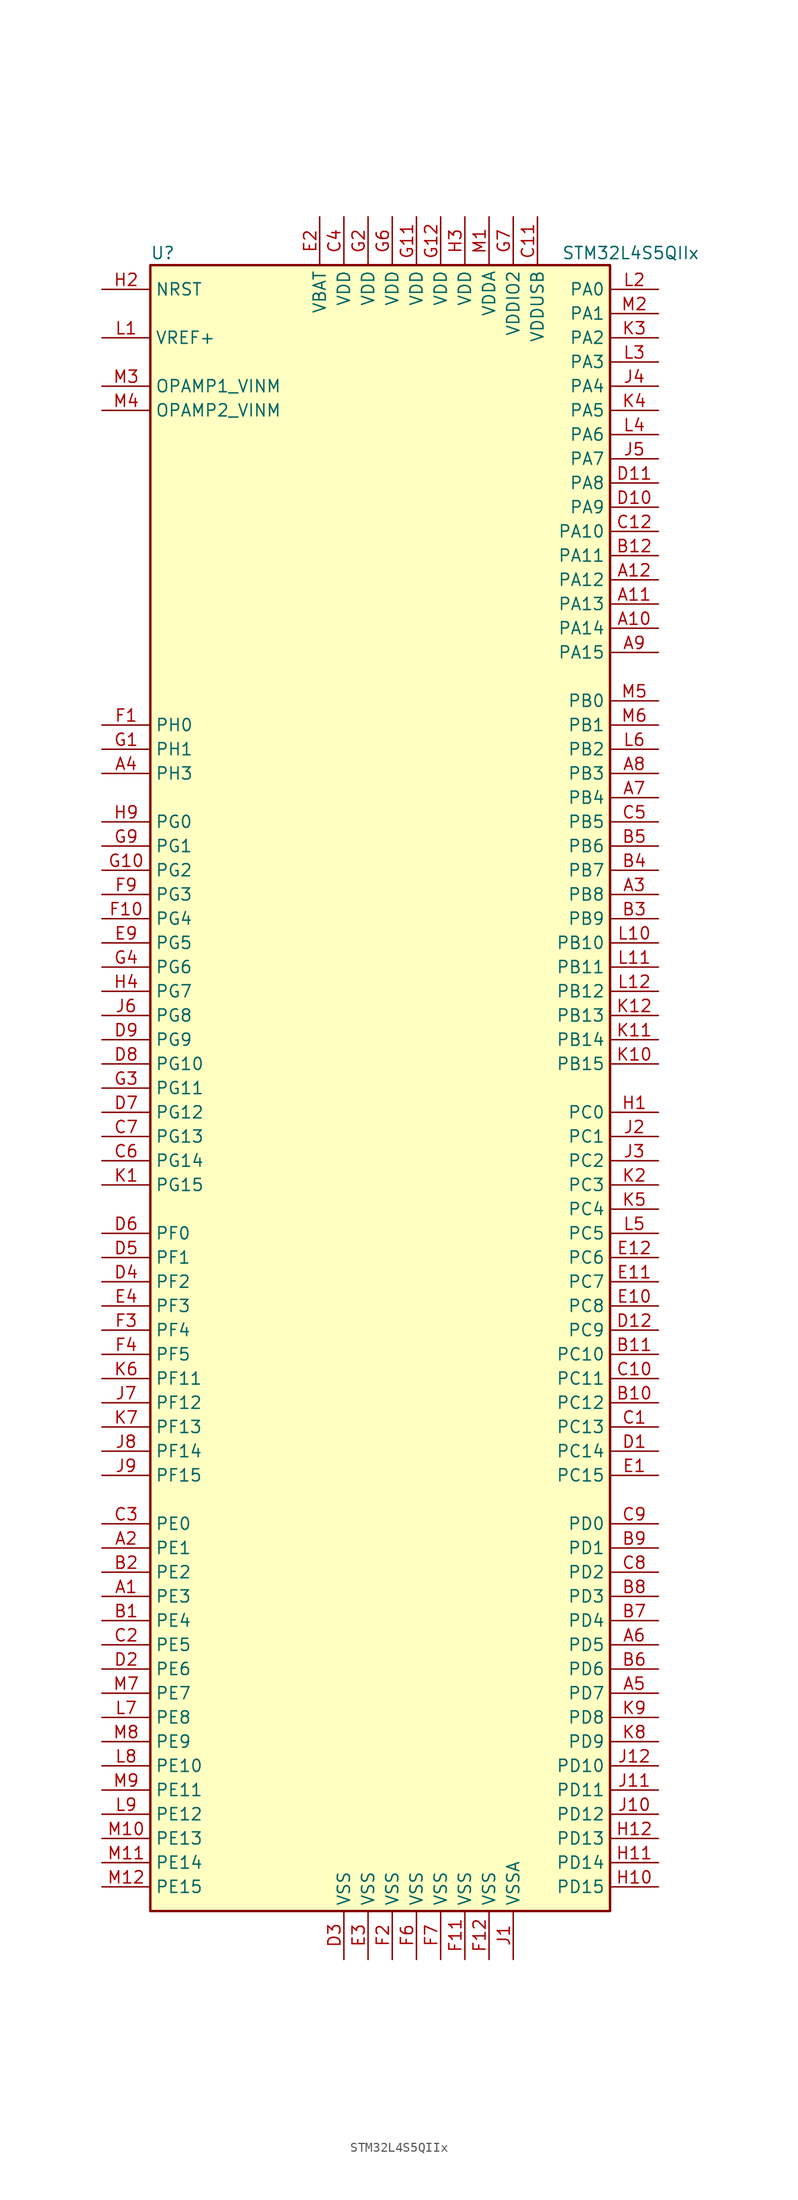
<source format=kicad_sym>
(kicad_symbol_lib
  (version 20201005)
  (generator kicad_symbol_editor)
  (symbol "MCU_ST_STM32L4+:STM32L4S5QIIx"
    (property "Reference" "U"
      (at -25.4 87.63 0)
      (effects (font (size 1.27 1.27)) (justify left)))
    (property "Value" "STM32L4S5QIIx"
      (at 17.78 87.63 0)
      (effects (font (size 1.27 1.27)) (justify left)))
    (symbol "STM32L4S5QIIx_0_1"
      (rectangle (start -25.4 -86.36) (end 22.86 86.36) (stroke (width 0.254)) (fill (type background))))
    (symbol "STM32L4S5QIIx_1_1"
      (pin input line (at -30.48 83.82 0) (length 5.08) (name "NRST" (effects (font (size 1.27 1.27)))) (number "H2" (effects (font (size 1.27 1.27)))))
      (pin bidirectional line (at -30.48 73.66 0) (length 5.08) (name "OPAMP1_VINM" (effects (font (size 1.27 1.27)))) (number "M3" (effects (font (size 1.27 1.27)))))
      (pin bidirectional line (at -30.48 71.12 0) (length 5.08) (name "OPAMP2_VINM" (effects (font (size 1.27 1.27)))) (number "M4" (effects (font (size 1.27 1.27)))))
      (pin bidirectional line (at 27.94 83.82 180) (length 5.08) (name "PA0" (effects (font (size 1.27 1.27)))) (number "L2" (effects (font (size 1.27 1.27)))))
      (pin bidirectional line (at 27.94 81.28 180) (length 5.08) (name "PA1" (effects (font (size 1.27 1.27)))) (number "M2" (effects (font (size 1.27 1.27)))))
      (pin bidirectional line (at 27.94 58.42 180) (length 5.08) (name "PA10" (effects (font (size 1.27 1.27)))) (number "C12" (effects (font (size 1.27 1.27)))))
      (pin bidirectional line (at 27.94 55.88 180) (length 5.08) (name "PA11" (effects (font (size 1.27 1.27)))) (number "B12" (effects (font (size 1.27 1.27)))))
      (pin bidirectional line (at 27.94 53.34 180) (length 5.08) (name "PA12" (effects (font (size 1.27 1.27)))) (number "A12" (effects (font (size 1.27 1.27)))))
      (pin bidirectional line (at 27.94 50.8 180) (length 5.08) (name "PA13" (effects (font (size 1.27 1.27)))) (number "A11" (effects (font (size 1.27 1.27)))))
      (pin bidirectional line (at 27.94 48.26 180) (length 5.08) (name "PA14" (effects (font (size 1.27 1.27)))) (number "A10" (effects (font (size 1.27 1.27)))))
      (pin bidirectional line (at 27.94 45.72 180) (length 5.08) (name "PA15" (effects (font (size 1.27 1.27)))) (number "A9" (effects (font (size 1.27 1.27)))))
      (pin bidirectional line (at 27.94 78.74 180) (length 5.08) (name "PA2" (effects (font (size 1.27 1.27)))) (number "K3" (effects (font (size 1.27 1.27)))))
      (pin bidirectional line (at 27.94 76.2 180) (length 5.08) (name "PA3" (effects (font (size 1.27 1.27)))) (number "L3" (effects (font (size 1.27 1.27)))))
      (pin bidirectional line (at 27.94 73.66 180) (length 5.08) (name "PA4" (effects (font (size 1.27 1.27)))) (number "J4" (effects (font (size 1.27 1.27)))))
      (pin bidirectional line (at 27.94 71.12 180) (length 5.08) (name "PA5" (effects (font (size 1.27 1.27)))) (number "K4" (effects (font (size 1.27 1.27)))))
      (pin bidirectional line (at 27.94 68.58 180) (length 5.08) (name "PA6" (effects (font (size 1.27 1.27)))) (number "L4" (effects (font (size 1.27 1.27)))))
      (pin bidirectional line (at 27.94 66.04 180) (length 5.08) (name "PA7" (effects (font (size 1.27 1.27)))) (number "J5" (effects (font (size 1.27 1.27)))))
      (pin bidirectional line (at 27.94 63.5 180) (length 5.08) (name "PA8" (effects (font (size 1.27 1.27)))) (number "D11" (effects (font (size 1.27 1.27)))))
      (pin bidirectional line (at 27.94 60.96 180) (length 5.08) (name "PA9" (effects (font (size 1.27 1.27)))) (number "D10" (effects (font (size 1.27 1.27)))))
      (pin bidirectional line (at 27.94 40.64 180) (length 5.08) (name "PB0" (effects (font (size 1.27 1.27)))) (number "M5" (effects (font (size 1.27 1.27)))))
      (pin bidirectional line (at 27.94 38.1 180) (length 5.08) (name "PB1" (effects (font (size 1.27 1.27)))) (number "M6" (effects (font (size 1.27 1.27)))))
      (pin bidirectional line (at 27.94 15.24 180) (length 5.08) (name "PB10" (effects (font (size 1.27 1.27)))) (number "L10" (effects (font (size 1.27 1.27)))))
      (pin bidirectional line (at 27.94 12.7 180) (length 5.08) (name "PB11" (effects (font (size 1.27 1.27)))) (number "L11" (effects (font (size 1.27 1.27)))))
      (pin bidirectional line (at 27.94 10.16 180) (length 5.08) (name "PB12" (effects (font (size 1.27 1.27)))) (number "L12" (effects (font (size 1.27 1.27)))))
      (pin bidirectional line (at 27.94 7.62 180) (length 5.08) (name "PB13" (effects (font (size 1.27 1.27)))) (number "K12" (effects (font (size 1.27 1.27)))))
      (pin bidirectional line (at 27.94 5.08 180) (length 5.08) (name "PB14" (effects (font (size 1.27 1.27)))) (number "K11" (effects (font (size 1.27 1.27)))))
      (pin bidirectional line (at 27.94 2.54 180) (length 5.08) (name "PB15" (effects (font (size 1.27 1.27)))) (number "K10" (effects (font (size 1.27 1.27)))))
      (pin bidirectional line (at 27.94 35.56 180) (length 5.08) (name "PB2" (effects (font (size 1.27 1.27)))) (number "L6" (effects (font (size 1.27 1.27)))))
      (pin bidirectional line (at 27.94 33.02 180) (length 5.08) (name "PB3" (effects (font (size 1.27 1.27)))) (number "A8" (effects (font (size 1.27 1.27)))))
      (pin bidirectional line (at 27.94 30.48 180) (length 5.08) (name "PB4" (effects (font (size 1.27 1.27)))) (number "A7" (effects (font (size 1.27 1.27)))))
      (pin bidirectional line (at 27.94 27.94 180) (length 5.08) (name "PB5" (effects (font (size 1.27 1.27)))) (number "C5" (effects (font (size 1.27 1.27)))))
      (pin bidirectional line (at 27.94 25.4 180) (length 5.08) (name "PB6" (effects (font (size 1.27 1.27)))) (number "B5" (effects (font (size 1.27 1.27)))))
      (pin bidirectional line (at 27.94 22.86 180) (length 5.08) (name "PB7" (effects (font (size 1.27 1.27)))) (number "B4" (effects (font (size 1.27 1.27)))))
      (pin bidirectional line (at 27.94 20.32 180) (length 5.08) (name "PB8" (effects (font (size 1.27 1.27)))) (number "A3" (effects (font (size 1.27 1.27)))))
      (pin bidirectional line (at 27.94 17.78 180) (length 5.08) (name "PB9" (effects (font (size 1.27 1.27)))) (number "B3" (effects (font (size 1.27 1.27)))))
      (pin bidirectional line (at 27.94 -2.54 180) (length 5.08) (name "PC0" (effects (font (size 1.27 1.27)))) (number "H1" (effects (font (size 1.27 1.27)))))
      (pin bidirectional line (at 27.94 -5.08 180) (length 5.08) (name "PC1" (effects (font (size 1.27 1.27)))) (number "J2" (effects (font (size 1.27 1.27)))))
      (pin bidirectional line (at 27.94 -27.94 180) (length 5.08) (name "PC10" (effects (font (size 1.27 1.27)))) (number "B11" (effects (font (size 1.27 1.27)))))
      (pin bidirectional line (at 27.94 -30.48 180) (length 5.08) (name "PC11" (effects (font (size 1.27 1.27)))) (number "C10" (effects (font (size 1.27 1.27)))))
      (pin bidirectional line (at 27.94 -33.02 180) (length 5.08) (name "PC12" (effects (font (size 1.27 1.27)))) (number "B10" (effects (font (size 1.27 1.27)))))
      (pin bidirectional line (at 27.94 -35.56 180) (length 5.08) (name "PC13" (effects (font (size 1.27 1.27)))) (number "C1" (effects (font (size 1.27 1.27)))))
      (pin bidirectional line (at 27.94 -38.1 180) (length 5.08) (name "PC14" (effects (font (size 1.27 1.27)))) (number "D1" (effects (font (size 1.27 1.27)))))
      (pin bidirectional line (at 27.94 -40.64 180) (length 5.08) (name "PC15" (effects (font (size 1.27 1.27)))) (number "E1" (effects (font (size 1.27 1.27)))))
      (pin bidirectional line (at 27.94 -7.62 180) (length 5.08) (name "PC2" (effects (font (size 1.27 1.27)))) (number "J3" (effects (font (size 1.27 1.27)))))
      (pin bidirectional line (at 27.94 -10.16 180) (length 5.08) (name "PC3" (effects (font (size 1.27 1.27)))) (number "K2" (effects (font (size 1.27 1.27)))))
      (pin bidirectional line (at 27.94 -12.7 180) (length 5.08) (name "PC4" (effects (font (size 1.27 1.27)))) (number "K5" (effects (font (size 1.27 1.27)))))
      (pin bidirectional line (at 27.94 -15.24 180) (length 5.08) (name "PC5" (effects (font (size 1.27 1.27)))) (number "L5" (effects (font (size 1.27 1.27)))))
      (pin bidirectional line (at 27.94 -17.78 180) (length 5.08) (name "PC6" (effects (font (size 1.27 1.27)))) (number "E12" (effects (font (size 1.27 1.27)))))
      (pin bidirectional line (at 27.94 -20.32 180) (length 5.08) (name "PC7" (effects (font (size 1.27 1.27)))) (number "E11" (effects (font (size 1.27 1.27)))))
      (pin bidirectional line (at 27.94 -22.86 180) (length 5.08) (name "PC8" (effects (font (size 1.27 1.27)))) (number "E10" (effects (font (size 1.27 1.27)))))
      (pin bidirectional line (at 27.94 -25.4 180) (length 5.08) (name "PC9" (effects (font (size 1.27 1.27)))) (number "D12" (effects (font (size 1.27 1.27)))))
      (pin bidirectional line (at 27.94 -45.72 180) (length 5.08) (name "PD0" (effects (font (size 1.27 1.27)))) (number "C9" (effects (font (size 1.27 1.27)))))
      (pin bidirectional line (at 27.94 -48.26 180) (length 5.08) (name "PD1" (effects (font (size 1.27 1.27)))) (number "B9" (effects (font (size 1.27 1.27)))))
      (pin bidirectional line (at 27.94 -71.12 180) (length 5.08) (name "PD10" (effects (font (size 1.27 1.27)))) (number "J12" (effects (font (size 1.27 1.27)))))
      (pin bidirectional line (at 27.94 -73.66 180) (length 5.08) (name "PD11" (effects (font (size 1.27 1.27)))) (number "J11" (effects (font (size 1.27 1.27)))))
      (pin bidirectional line (at 27.94 -76.2 180) (length 5.08) (name "PD12" (effects (font (size 1.27 1.27)))) (number "J10" (effects (font (size 1.27 1.27)))))
      (pin bidirectional line (at 27.94 -78.74 180) (length 5.08) (name "PD13" (effects (font (size 1.27 1.27)))) (number "H12" (effects (font (size 1.27 1.27)))))
      (pin bidirectional line (at 27.94 -81.28 180) (length 5.08) (name "PD14" (effects (font (size 1.27 1.27)))) (number "H11" (effects (font (size 1.27 1.27)))))
      (pin bidirectional line (at 27.94 -83.82 180) (length 5.08) (name "PD15" (effects (font (size 1.27 1.27)))) (number "H10" (effects (font (size 1.27 1.27)))))
      (pin bidirectional line (at 27.94 -50.8 180) (length 5.08) (name "PD2" (effects (font (size 1.27 1.27)))) (number "C8" (effects (font (size 1.27 1.27)))))
      (pin bidirectional line (at 27.94 -53.34 180) (length 5.08) (name "PD3" (effects (font (size 1.27 1.27)))) (number "B8" (effects (font (size 1.27 1.27)))))
      (pin bidirectional line (at 27.94 -55.88 180) (length 5.08) (name "PD4" (effects (font (size 1.27 1.27)))) (number "B7" (effects (font (size 1.27 1.27)))))
      (pin bidirectional line (at 27.94 -58.42 180) (length 5.08) (name "PD5" (effects (font (size 1.27 1.27)))) (number "A6" (effects (font (size 1.27 1.27)))))
      (pin bidirectional line (at 27.94 -60.96 180) (length 5.08) (name "PD6" (effects (font (size 1.27 1.27)))) (number "B6" (effects (font (size 1.27 1.27)))))
      (pin bidirectional line (at 27.94 -63.5 180) (length 5.08) (name "PD7" (effects (font (size 1.27 1.27)))) (number "A5" (effects (font (size 1.27 1.27)))))
      (pin bidirectional line (at 27.94 -66.04 180) (length 5.08) (name "PD8" (effects (font (size 1.27 1.27)))) (number "K9" (effects (font (size 1.27 1.27)))))
      (pin bidirectional line (at 27.94 -68.58 180) (length 5.08) (name "PD9" (effects (font (size 1.27 1.27)))) (number "K8" (effects (font (size 1.27 1.27)))))
      (pin bidirectional line (at -30.48 -45.72 0) (length 5.08) (name "PE0" (effects (font (size 1.27 1.27)))) (number "C3" (effects (font (size 1.27 1.27)))))
      (pin bidirectional line (at -30.48 -48.26 0) (length 5.08) (name "PE1" (effects (font (size 1.27 1.27)))) (number "A2" (effects (font (size 1.27 1.27)))))
      (pin bidirectional line (at -30.48 -71.12 0) (length 5.08) (name "PE10" (effects (font (size 1.27 1.27)))) (number "L8" (effects (font (size 1.27 1.27)))))
      (pin bidirectional line (at -30.48 -73.66 0) (length 5.08) (name "PE11" (effects (font (size 1.27 1.27)))) (number "M9" (effects (font (size 1.27 1.27)))))
      (pin bidirectional line (at -30.48 -76.2 0) (length 5.08) (name "PE12" (effects (font (size 1.27 1.27)))) (number "L9" (effects (font (size 1.27 1.27)))))
      (pin bidirectional line (at -30.48 -78.74 0) (length 5.08) (name "PE13" (effects (font (size 1.27 1.27)))) (number "M10" (effects (font (size 1.27 1.27)))))
      (pin bidirectional line (at -30.48 -81.28 0) (length 5.08) (name "PE14" (effects (font (size 1.27 1.27)))) (number "M11" (effects (font (size 1.27 1.27)))))
      (pin bidirectional line (at -30.48 -83.82 0) (length 5.08) (name "PE15" (effects (font (size 1.27 1.27)))) (number "M12" (effects (font (size 1.27 1.27)))))
      (pin bidirectional line (at -30.48 -50.8 0) (length 5.08) (name "PE2" (effects (font (size 1.27 1.27)))) (number "B2" (effects (font (size 1.27 1.27)))))
      (pin bidirectional line (at -30.48 -53.34 0) (length 5.08) (name "PE3" (effects (font (size 1.27 1.27)))) (number "A1" (effects (font (size 1.27 1.27)))))
      (pin bidirectional line (at -30.48 -55.88 0) (length 5.08) (name "PE4" (effects (font (size 1.27 1.27)))) (number "B1" (effects (font (size 1.27 1.27)))))
      (pin bidirectional line (at -30.48 -58.42 0) (length 5.08) (name "PE5" (effects (font (size 1.27 1.27)))) (number "C2" (effects (font (size 1.27 1.27)))))
      (pin bidirectional line (at -30.48 -60.96 0) (length 5.08) (name "PE6" (effects (font (size 1.27 1.27)))) (number "D2" (effects (font (size 1.27 1.27)))))
      (pin bidirectional line (at -30.48 -63.5 0) (length 5.08) (name "PE7" (effects (font (size 1.27 1.27)))) (number "M7" (effects (font (size 1.27 1.27)))))
      (pin bidirectional line (at -30.48 -66.04 0) (length 5.08) (name "PE8" (effects (font (size 1.27 1.27)))) (number "L7" (effects (font (size 1.27 1.27)))))
      (pin bidirectional line (at -30.48 -68.58 0) (length 5.08) (name "PE9" (effects (font (size 1.27 1.27)))) (number "M8" (effects (font (size 1.27 1.27)))))
      (pin bidirectional line (at -30.48 -15.24 0) (length 5.08) (name "PF0" (effects (font (size 1.27 1.27)))) (number "D6" (effects (font (size 1.27 1.27)))))
      (pin bidirectional line (at -30.48 -17.78 0) (length 5.08) (name "PF1" (effects (font (size 1.27 1.27)))) (number "D5" (effects (font (size 1.27 1.27)))))
      (pin bidirectional line (at -30.48 -30.48 0) (length 5.08) (name "PF11" (effects (font (size 1.27 1.27)))) (number "K6" (effects (font (size 1.27 1.27)))))
      (pin bidirectional line (at -30.48 -33.02 0) (length 5.08) (name "PF12" (effects (font (size 1.27 1.27)))) (number "J7" (effects (font (size 1.27 1.27)))))
      (pin bidirectional line (at -30.48 -35.56 0) (length 5.08) (name "PF13" (effects (font (size 1.27 1.27)))) (number "K7" (effects (font (size 1.27 1.27)))))
      (pin bidirectional line (at -30.48 -38.1 0) (length 5.08) (name "PF14" (effects (font (size 1.27 1.27)))) (number "J8" (effects (font (size 1.27 1.27)))))
      (pin bidirectional line (at -30.48 -40.64 0) (length 5.08) (name "PF15" (effects (font (size 1.27 1.27)))) (number "J9" (effects (font (size 1.27 1.27)))))
      (pin bidirectional line (at -30.48 -20.32 0) (length 5.08) (name "PF2" (effects (font (size 1.27 1.27)))) (number "D4" (effects (font (size 1.27 1.27)))))
      (pin bidirectional line (at -30.48 -22.86 0) (length 5.08) (name "PF3" (effects (font (size 1.27 1.27)))) (number "E4" (effects (font (size 1.27 1.27)))))
      (pin bidirectional line (at -30.48 -25.4 0) (length 5.08) (name "PF4" (effects (font (size 1.27 1.27)))) (number "F3" (effects (font (size 1.27 1.27)))))
      (pin bidirectional line (at -30.48 -27.94 0) (length 5.08) (name "PF5" (effects (font (size 1.27 1.27)))) (number "F4" (effects (font (size 1.27 1.27)))))
      (pin bidirectional line (at -30.48 27.94 0) (length 5.08) (name "PG0" (effects (font (size 1.27 1.27)))) (number "H9" (effects (font (size 1.27 1.27)))))
      (pin bidirectional line (at -30.48 25.4 0) (length 5.08) (name "PG1" (effects (font (size 1.27 1.27)))) (number "G9" (effects (font (size 1.27 1.27)))))
      (pin bidirectional line (at -30.48 2.54 0) (length 5.08) (name "PG10" (effects (font (size 1.27 1.27)))) (number "D8" (effects (font (size 1.27 1.27)))))
      (pin bidirectional line (at -30.48 0 0) (length 5.08) (name "PG11" (effects (font (size 1.27 1.27)))) (number "G3" (effects (font (size 1.27 1.27)))))
      (pin bidirectional line (at -30.48 -2.54 0) (length 5.08) (name "PG12" (effects (font (size 1.27 1.27)))) (number "D7" (effects (font (size 1.27 1.27)))))
      (pin bidirectional line (at -30.48 -5.08 0) (length 5.08) (name "PG13" (effects (font (size 1.27 1.27)))) (number "C7" (effects (font (size 1.27 1.27)))))
      (pin bidirectional line (at -30.48 -7.62 0) (length 5.08) (name "PG14" (effects (font (size 1.27 1.27)))) (number "C6" (effects (font (size 1.27 1.27)))))
      (pin bidirectional line (at -30.48 -10.16 0) (length 5.08) (name "PG15" (effects (font (size 1.27 1.27)))) (number "K1" (effects (font (size 1.27 1.27)))))
      (pin bidirectional line (at -30.48 22.86 0) (length 5.08) (name "PG2" (effects (font (size 1.27 1.27)))) (number "G10" (effects (font (size 1.27 1.27)))))
      (pin bidirectional line (at -30.48 20.32 0) (length 5.08) (name "PG3" (effects (font (size 1.27 1.27)))) (number "F9" (effects (font (size 1.27 1.27)))))
      (pin bidirectional line (at -30.48 17.78 0) (length 5.08) (name "PG4" (effects (font (size 1.27 1.27)))) (number "F10" (effects (font (size 1.27 1.27)))))
      (pin bidirectional line (at -30.48 15.24 0) (length 5.08) (name "PG5" (effects (font (size 1.27 1.27)))) (number "E9" (effects (font (size 1.27 1.27)))))
      (pin bidirectional line (at -30.48 12.7 0) (length 5.08) (name "PG6" (effects (font (size 1.27 1.27)))) (number "G4" (effects (font (size 1.27 1.27)))))
      (pin bidirectional line (at -30.48 10.16 0) (length 5.08) (name "PG7" (effects (font (size 1.27 1.27)))) (number "H4" (effects (font (size 1.27 1.27)))))
      (pin bidirectional line (at -30.48 7.62 0) (length 5.08) (name "PG8" (effects (font (size 1.27 1.27)))) (number "J6" (effects (font (size 1.27 1.27)))))
      (pin bidirectional line (at -30.48 5.08 0) (length 5.08) (name "PG9" (effects (font (size 1.27 1.27)))) (number "D9" (effects (font (size 1.27 1.27)))))
      (pin input line (at -30.48 38.1 0) (length 5.08) (name "PH0" (effects (font (size 1.27 1.27)))) (number "F1" (effects (font (size 1.27 1.27)))))
      (pin input line (at -30.48 35.56 0) (length 5.08) (name "PH1" (effects (font (size 1.27 1.27)))) (number "G1" (effects (font (size 1.27 1.27)))))
      (pin bidirectional line (at -30.48 33.02 0) (length 5.08) (name "PH3" (effects (font (size 1.27 1.27)))) (number "A4" (effects (font (size 1.27 1.27)))))
      (pin power_in line (at -7.62 91.44 270) (length 5.08) (name "VBAT" (effects (font (size 1.27 1.27)))) (number "E2" (effects (font (size 1.27 1.27)))))
      (pin power_in line (at -5.08 91.44 270) (length 5.08) (name "VDD" (effects (font (size 1.27 1.27)))) (number "C4" (effects (font (size 1.27 1.27)))))
      (pin power_in line (at 2.54 91.44 270) (length 5.08) (name "VDD" (effects (font (size 1.27 1.27)))) (number "G11" (effects (font (size 1.27 1.27)))))
      (pin power_in line (at 5.08 91.44 270) (length 5.08) (name "VDD" (effects (font (size 1.27 1.27)))) (number "G12" (effects (font (size 1.27 1.27)))))
      (pin power_in line (at -2.54 91.44 270) (length 5.08) (name "VDD" (effects (font (size 1.27 1.27)))) (number "G2" (effects (font (size 1.27 1.27)))))
      (pin power_in line (at 0 91.44 270) (length 5.08) (name "VDD" (effects (font (size 1.27 1.27)))) (number "G6" (effects (font (size 1.27 1.27)))))
      (pin power_in line (at 7.62 91.44 270) (length 5.08) (name "VDD" (effects (font (size 1.27 1.27)))) (number "H3" (effects (font (size 1.27 1.27)))))
      (pin power_in line (at 10.16 91.44 270) (length 5.08) (name "VDDA" (effects (font (size 1.27 1.27)))) (number "M1" (effects (font (size 1.27 1.27)))))
      (pin power_in line (at 12.7 91.44 270) (length 5.08) (name "VDDIO2" (effects (font (size 1.27 1.27)))) (number "G7" (effects (font (size 1.27 1.27)))))
      (pin power_in line (at 15.24 91.44 270) (length 5.08) (name "VDDUSB" (effects (font (size 1.27 1.27)))) (number "C11" (effects (font (size 1.27 1.27)))))
      (pin bidirectional line (at -30.48 78.74 0) (length 5.08) (name "VREF+" (effects (font (size 1.27 1.27)))) (number "L1" (effects (font (size 1.27 1.27)))))
      (pin power_in line (at -5.08 -91.44 90) (length 5.08) (name "VSS" (effects (font (size 1.27 1.27)))) (number "D3" (effects (font (size 1.27 1.27)))))
      (pin power_in line (at -2.54 -91.44 90) (length 5.08) (name "VSS" (effects (font (size 1.27 1.27)))) (number "E3" (effects (font (size 1.27 1.27)))))
      (pin power_in line (at 7.62 -91.44 90) (length 5.08) (name "VSS" (effects (font (size 1.27 1.27)))) (number "F11" (effects (font (size 1.27 1.27)))))
      (pin power_in line (at 10.16 -91.44 90) (length 5.08) (name "VSS" (effects (font (size 1.27 1.27)))) (number "F12" (effects (font (size 1.27 1.27)))))
      (pin power_in line (at 0 -91.44 90) (length 5.08) (name "VSS" (effects (font (size 1.27 1.27)))) (number "F2" (effects (font (size 1.27 1.27)))))
      (pin power_in line (at 2.54 -91.44 90) (length 5.08) (name "VSS" (effects (font (size 1.27 1.27)))) (number "F6" (effects (font (size 1.27 1.27)))))
      (pin power_in line (at 5.08 -91.44 90) (length 5.08) (name "VSS" (effects (font (size 1.27 1.27)))) (number "F7" (effects (font (size 1.27 1.27)))))
      (pin power_in line (at 12.7 -91.44 90) (length 5.08) (name "VSSA" (effects (font (size 1.27 1.27)))) (number "J1" (effects (font (size 1.27 1.27))))))))
</source>
